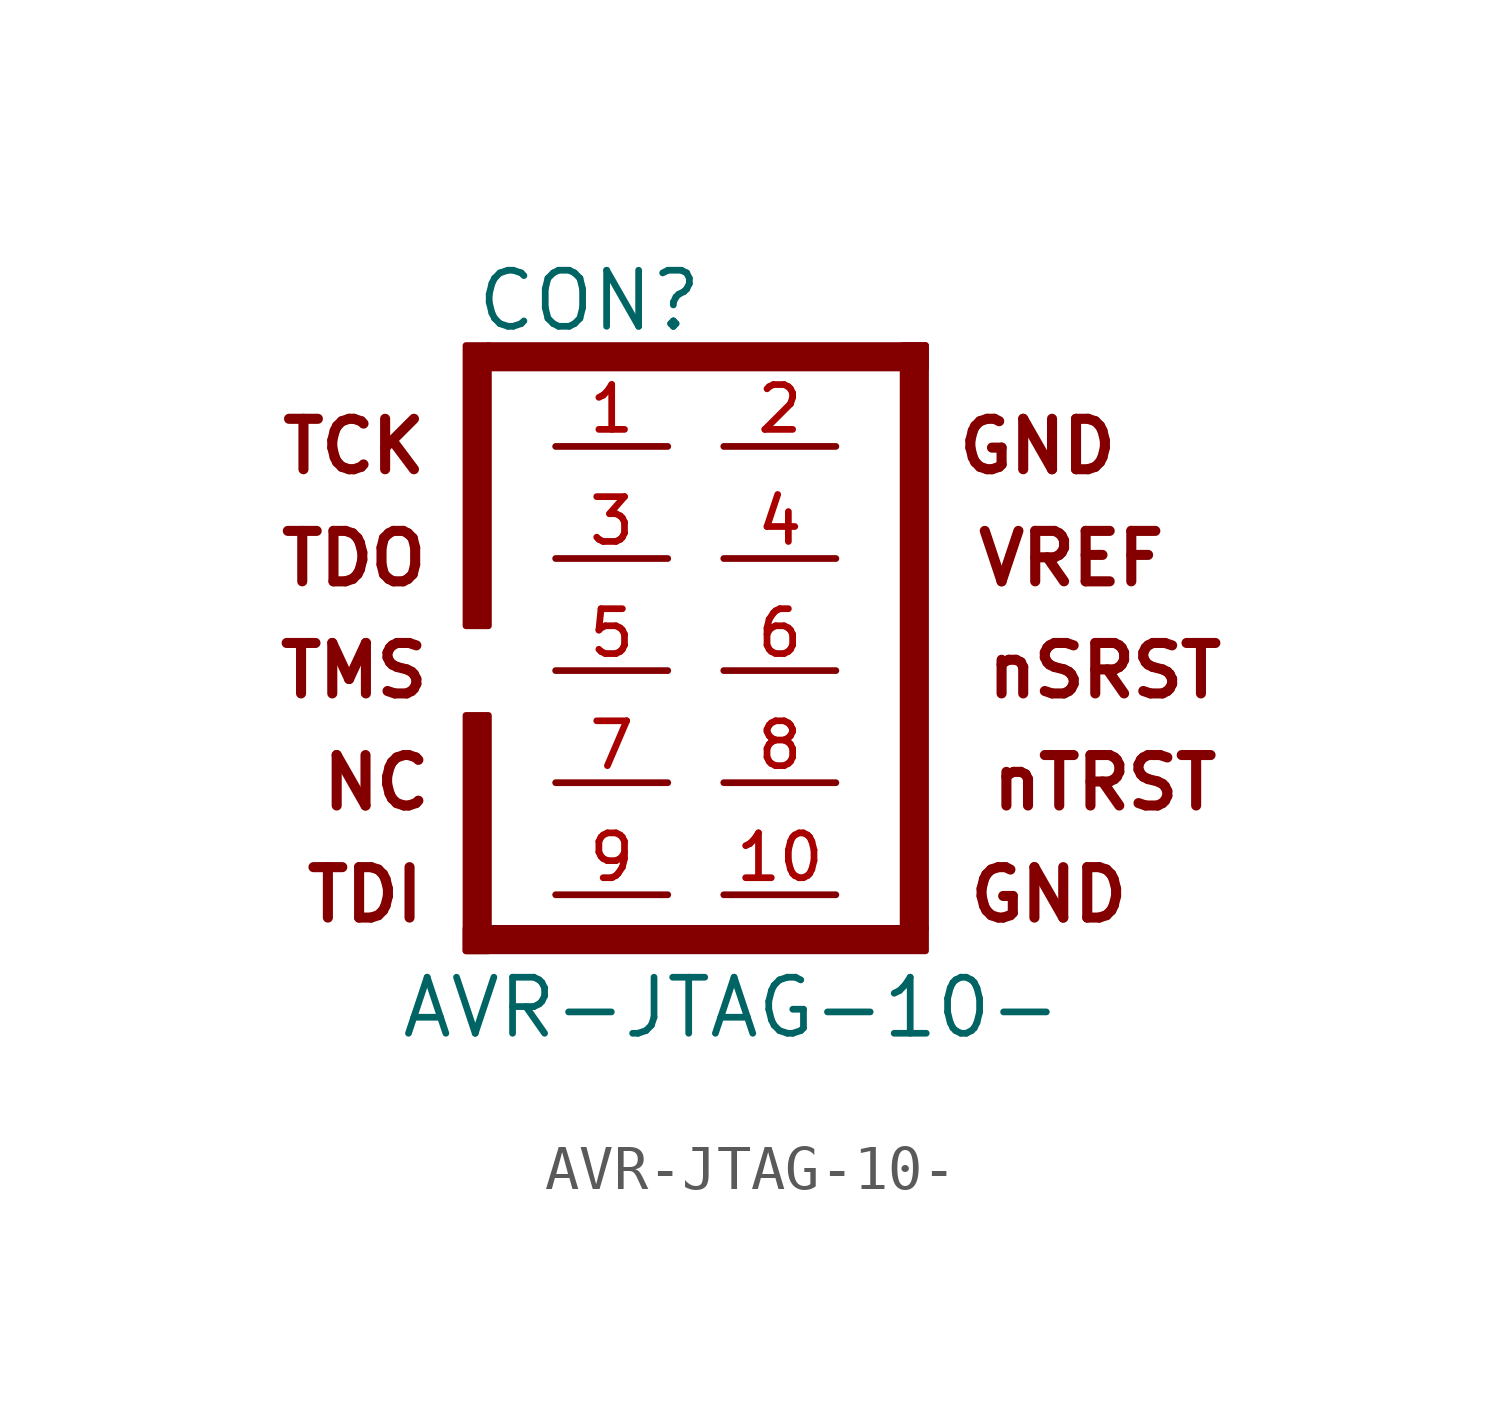
<source format=kicad_sym>
(kicad_symbol_lib
  (version 20220914)
  (generator kicad_symbol_editor)
  (symbol "AVR-JTAG-10-"
    (pin_names
      (offset 1.016))
    (property "Reference" "CON"
      (at -4.318 8.382 0)
      (effects (font (size 1.27 1.27))))
    (property "Value" "AVR-JTAG-10-"
      (at -8.636 -8.382 0)
      (effects (font (size 1.27 1.27)) (justify left bottom)))
    (symbol "AVR-JTAG-10-_0_0"
      (text "GND" (at 5.842 5.08 0) (effects (font (size 1.143 1.143) bold)))
      (text "NC" (at -9.144 -2.54 0) (effects (font (size 1.143 1.143) bold))))
    (symbol "AVR-JTAG-10-_0_1"
      (rectangle (start -7.112 -5.842) (end 3.302 -6.35) (stroke (width 0) (type solid)) (fill (type outline)))
      (rectangle (start -7.112 -1.016) (end -6.604 -6.35) (stroke (width 0) (type solid)) (fill (type outline)))
      (rectangle (start -6.604 7.366) (end -7.112 1.016) (stroke (width 0) (type solid)) (fill (type outline)))
      (rectangle (start -6.604 7.366) (end 3.302 6.858) (stroke (width 0) (type solid)) (fill (type outline)))
      (rectangle (start 2.794 7.366) (end 3.302 -5.842) (stroke (width 0) (type solid)) (fill (type outline))))
    (symbol "AVR-JTAG-10-_1_0"
      (text "GND" (at 6.096 -5.08 0) (effects (font (size 1.143 1.143) bold)))
      (text "nSRST" (at 7.366 0 0) (effects (font (size 1.143 1.143) bold)))
      (text "nTRST" (at 7.366 -2.54 0) (effects (font (size 1.143 1.143) bold)))
      (text "TCK" (at -9.652 5.08 0) (effects (font (size 1.143 1.143) bold)))
      (text "TDI" (at -9.398 -5.08 0) (effects (font (size 1.143 1.143) bold)))
      (text "TDO" (at -9.652 2.54 0) (effects (font (size 1.143 1.143) bold)))
      (text "TMS" (at -9.652 0 0) (effects (font (size 1.143 1.143) bold)))
      (text "VREF" (at 6.604 2.54 0) (effects (font (size 1.143 1.143) bold))))
    (symbol "AVR-JTAG-10-_1_1"
      (pin passive line (at -5.08 5.08 0) (length 2.54) (name "~" (effects (font (size 1.016 1.016)))) (number "1" (effects (font (size 1.016 1.016)))))
      (pin passive line (at 1.27 -5.08 180) (length 2.54) (name "~" (effects (font (size 1.016 1.016)))) (number "10" (effects (font (size 1.016 1.016)))))
      (pin passive line (at 1.27 5.08 180) (length 2.54) (name "~" (effects (font (size 1.016 1.016)))) (number "2" (effects (font (size 1.016 1.016)))))
      (pin passive line (at -5.08 2.54 0) (length 2.54) (name "~" (effects (font (size 1.016 1.016)))) (number "3" (effects (font (size 1.016 1.016)))))
      (pin passive line (at 1.27 2.54 180) (length 2.54) (name "~" (effects (font (size 1.016 1.016)))) (number "4" (effects (font (size 1.016 1.016)))))
      (pin passive line (at -5.08 0 0) (length 2.54) (name "~" (effects (font (size 1.016 1.016)))) (number "5" (effects (font (size 1.016 1.016)))))
      (pin passive line (at 1.27 0 180) (length 2.54) (name "~" (effects (font (size 1.016 1.016)))) (number "6" (effects (font (size 1.016 1.016)))))
      (pin passive line (at -5.08 -2.54 0) (length 2.54) (name "~" (effects (font (size 1.016 1.016)))) (number "7" (effects (font (size 1.016 1.016)))))
      (pin passive line (at 1.27 -2.54 180) (length 2.54) (name "~" (effects (font (size 1.016 1.016)))) (number "8" (effects (font (size 1.016 1.016)))))
      (pin passive line (at -5.08 -5.08 0) (length 2.54) (name "~" (effects (font (size 1.016 1.016)))) (number "9" (effects (font (size 1.016 1.016))))))))
</source>
